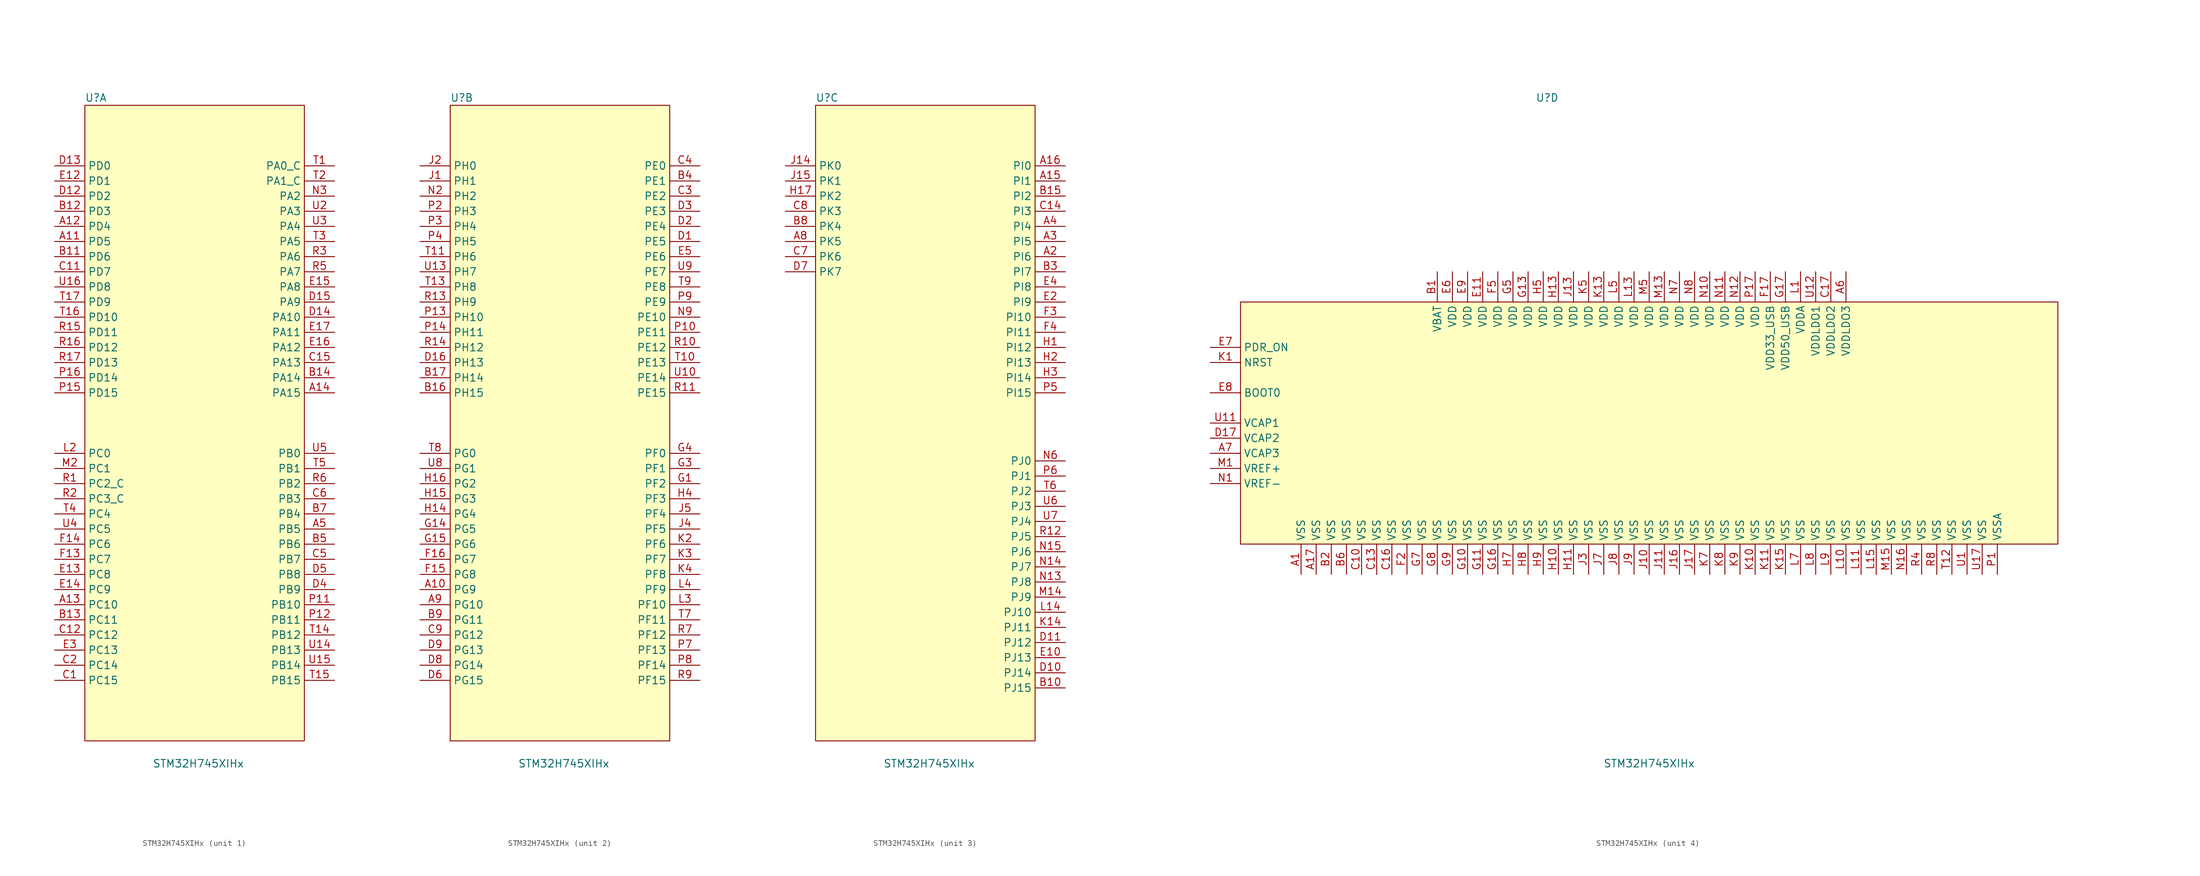
<source format=kicad_sym>
(kicad_symbol_lib
  (version 20201005)
  (generator kicad_symbol_editor)
  (symbol "MCU_ST_STM32H7_U:STM32H745XIHx"
    (property "Reference" "U"
      (at -19.05 54.61 0)
      (effects (font (size 1.27 1.27)) (justify left)))
    (property "Value" "STM32H745XIHx"
      (at 0 -57.15 0)
      (effects (font (size 1.27 1.27))))
    (property "ki_locked" ""
      (at 0 0 0)
      (effects (font (size 1.27 1.27))))
    (symbol "STM32H745XIHx_1_1"
      (rectangle (start -19.05 53.34) (end 17.78 -53.34) (stroke (width 0)) (fill (type background)))
      (pin bidirectional line (at 22.86 43.18 180) (length 5.08) (name "PA0_C" (effects (font (size 1.27 1.27)))) (number "T1" (effects (font (size 1.27 1.27)))))
      (pin bidirectional line (at 22.86 17.78 180) (length 5.08) (name "PA10" (effects (font (size 1.27 1.27)))) (number "D14" (effects (font (size 1.27 1.27)))))
      (pin bidirectional line (at 22.86 15.24 180) (length 5.08) (name "PA11" (effects (font (size 1.27 1.27)))) (number "E17" (effects (font (size 1.27 1.27)))))
      (pin bidirectional line (at 22.86 12.7 180) (length 5.08) (name "PA12" (effects (font (size 1.27 1.27)))) (number "E16" (effects (font (size 1.27 1.27)))))
      (pin bidirectional line (at 22.86 10.16 180) (length 5.08) (name "PA13" (effects (font (size 1.27 1.27)))) (number "C15" (effects (font (size 1.27 1.27)))))
      (pin bidirectional line (at 22.86 7.62 180) (length 5.08) (name "PA14" (effects (font (size 1.27 1.27)))) (number "B14" (effects (font (size 1.27 1.27)))))
      (pin bidirectional line (at 22.86 5.08 180) (length 5.08) (name "PA15" (effects (font (size 1.27 1.27)))) (number "A14" (effects (font (size 1.27 1.27)))))
      (pin bidirectional line (at 22.86 40.64 180) (length 5.08) (name "PA1_C" (effects (font (size 1.27 1.27)))) (number "T2" (effects (font (size 1.27 1.27)))))
      (pin bidirectional line (at 22.86 38.1 180) (length 5.08) (name "PA2" (effects (font (size 1.27 1.27)))) (number "N3" (effects (font (size 1.27 1.27)))))
      (pin bidirectional line (at 22.86 35.56 180) (length 5.08) (name "PA3" (effects (font (size 1.27 1.27)))) (number "U2" (effects (font (size 1.27 1.27)))))
      (pin bidirectional line (at 22.86 33.02 180) (length 5.08) (name "PA4" (effects (font (size 1.27 1.27)))) (number "U3" (effects (font (size 1.27 1.27)))))
      (pin bidirectional line (at 22.86 30.48 180) (length 5.08) (name "PA5" (effects (font (size 1.27 1.27)))) (number "T3" (effects (font (size 1.27 1.27)))))
      (pin bidirectional line (at 22.86 27.94 180) (length 5.08) (name "PA6" (effects (font (size 1.27 1.27)))) (number "R3" (effects (font (size 1.27 1.27)))))
      (pin bidirectional line (at 22.86 25.4 180) (length 5.08) (name "PA7" (effects (font (size 1.27 1.27)))) (number "R5" (effects (font (size 1.27 1.27)))))
      (pin bidirectional line (at 22.86 22.86 180) (length 5.08) (name "PA8" (effects (font (size 1.27 1.27)))) (number "E15" (effects (font (size 1.27 1.27)))))
      (pin bidirectional line (at 22.86 20.32 180) (length 5.08) (name "PA9" (effects (font (size 1.27 1.27)))) (number "D15" (effects (font (size 1.27 1.27)))))
      (pin bidirectional line (at 22.86 -5.08 180) (length 5.08) (name "PB0" (effects (font (size 1.27 1.27)))) (number "U5" (effects (font (size 1.27 1.27)))))
      (pin bidirectional line (at 22.86 -7.62 180) (length 5.08) (name "PB1" (effects (font (size 1.27 1.27)))) (number "T5" (effects (font (size 1.27 1.27)))))
      (pin bidirectional line (at 22.86 -30.48 180) (length 5.08) (name "PB10" (effects (font (size 1.27 1.27)))) (number "P11" (effects (font (size 1.27 1.27)))))
      (pin bidirectional line (at 22.86 -33.02 180) (length 5.08) (name "PB11" (effects (font (size 1.27 1.27)))) (number "P12" (effects (font (size 1.27 1.27)))))
      (pin bidirectional line (at 22.86 -35.56 180) (length 5.08) (name "PB12" (effects (font (size 1.27 1.27)))) (number "T14" (effects (font (size 1.27 1.27)))))
      (pin bidirectional line (at 22.86 -38.1 180) (length 5.08) (name "PB13" (effects (font (size 1.27 1.27)))) (number "U14" (effects (font (size 1.27 1.27)))))
      (pin bidirectional line (at 22.86 -40.64 180) (length 5.08) (name "PB14" (effects (font (size 1.27 1.27)))) (number "U15" (effects (font (size 1.27 1.27)))))
      (pin bidirectional line (at 22.86 -43.18 180) (length 5.08) (name "PB15" (effects (font (size 1.27 1.27)))) (number "T15" (effects (font (size 1.27 1.27)))))
      (pin bidirectional line (at 22.86 -10.16 180) (length 5.08) (name "PB2" (effects (font (size 1.27 1.27)))) (number "R6" (effects (font (size 1.27 1.27)))))
      (pin bidirectional line (at 22.86 -12.7 180) (length 5.08) (name "PB3" (effects (font (size 1.27 1.27)))) (number "C6" (effects (font (size 1.27 1.27)))))
      (pin bidirectional line (at 22.86 -15.24 180) (length 5.08) (name "PB4" (effects (font (size 1.27 1.27)))) (number "B7" (effects (font (size 1.27 1.27)))))
      (pin bidirectional line (at 22.86 -17.78 180) (length 5.08) (name "PB5" (effects (font (size 1.27 1.27)))) (number "A5" (effects (font (size 1.27 1.27)))))
      (pin bidirectional line (at 22.86 -20.32 180) (length 5.08) (name "PB6" (effects (font (size 1.27 1.27)))) (number "B5" (effects (font (size 1.27 1.27)))))
      (pin bidirectional line (at 22.86 -22.86 180) (length 5.08) (name "PB7" (effects (font (size 1.27 1.27)))) (number "C5" (effects (font (size 1.27 1.27)))))
      (pin bidirectional line (at 22.86 -25.4 180) (length 5.08) (name "PB8" (effects (font (size 1.27 1.27)))) (number "D5" (effects (font (size 1.27 1.27)))))
      (pin bidirectional line (at 22.86 -27.94 180) (length 5.08) (name "PB9" (effects (font (size 1.27 1.27)))) (number "D4" (effects (font (size 1.27 1.27)))))
      (pin bidirectional line (at -24.13 -5.08 0) (length 5.08) (name "PC0" (effects (font (size 1.27 1.27)))) (number "L2" (effects (font (size 1.27 1.27)))))
      (pin bidirectional line (at -24.13 -7.62 0) (length 5.08) (name "PC1" (effects (font (size 1.27 1.27)))) (number "M2" (effects (font (size 1.27 1.27)))))
      (pin bidirectional line (at -24.13 -30.48 0) (length 5.08) (name "PC10" (effects (font (size 1.27 1.27)))) (number "A13" (effects (font (size 1.27 1.27)))))
      (pin bidirectional line (at -24.13 -33.02 0) (length 5.08) (name "PC11" (effects (font (size 1.27 1.27)))) (number "B13" (effects (font (size 1.27 1.27)))))
      (pin bidirectional line (at -24.13 -35.56 0) (length 5.08) (name "PC12" (effects (font (size 1.27 1.27)))) (number "C12" (effects (font (size 1.27 1.27)))))
      (pin bidirectional line (at -24.13 -38.1 0) (length 5.08) (name "PC13" (effects (font (size 1.27 1.27)))) (number "E3" (effects (font (size 1.27 1.27)))))
      (pin bidirectional line (at -24.13 -40.64 0) (length 5.08) (name "PC14" (effects (font (size 1.27 1.27)))) (number "C2" (effects (font (size 1.27 1.27)))))
      (pin bidirectional line (at -24.13 -43.18 0) (length 5.08) (name "PC15" (effects (font (size 1.27 1.27)))) (number "C1" (effects (font (size 1.27 1.27)))))
      (pin bidirectional line (at -24.13 -10.16 0) (length 5.08) (name "PC2_C" (effects (font (size 1.27 1.27)))) (number "R1" (effects (font (size 1.27 1.27)))))
      (pin bidirectional line (at -24.13 -12.7 0) (length 5.08) (name "PC3_C" (effects (font (size 1.27 1.27)))) (number "R2" (effects (font (size 1.27 1.27)))))
      (pin bidirectional line (at -24.13 -15.24 0) (length 5.08) (name "PC4" (effects (font (size 1.27 1.27)))) (number "T4" (effects (font (size 1.27 1.27)))))
      (pin bidirectional line (at -24.13 -17.78 0) (length 5.08) (name "PC5" (effects (font (size 1.27 1.27)))) (number "U4" (effects (font (size 1.27 1.27)))))
      (pin bidirectional line (at -24.13 -20.32 0) (length 5.08) (name "PC6" (effects (font (size 1.27 1.27)))) (number "F14" (effects (font (size 1.27 1.27)))))
      (pin bidirectional line (at -24.13 -22.86 0) (length 5.08) (name "PC7" (effects (font (size 1.27 1.27)))) (number "F13" (effects (font (size 1.27 1.27)))))
      (pin bidirectional line (at -24.13 -25.4 0) (length 5.08) (name "PC8" (effects (font (size 1.27 1.27)))) (number "E13" (effects (font (size 1.27 1.27)))))
      (pin bidirectional line (at -24.13 -27.94 0) (length 5.08) (name "PC9" (effects (font (size 1.27 1.27)))) (number "E14" (effects (font (size 1.27 1.27)))))
      (pin bidirectional line (at -24.13 43.18 0) (length 5.08) (name "PD0" (effects (font (size 1.27 1.27)))) (number "D13" (effects (font (size 1.27 1.27)))))
      (pin bidirectional line (at -24.13 40.64 0) (length 5.08) (name "PD1" (effects (font (size 1.27 1.27)))) (number "E12" (effects (font (size 1.27 1.27)))))
      (pin bidirectional line (at -24.13 17.78 0) (length 5.08) (name "PD10" (effects (font (size 1.27 1.27)))) (number "T16" (effects (font (size 1.27 1.27)))))
      (pin bidirectional line (at -24.13 15.24 0) (length 5.08) (name "PD11" (effects (font (size 1.27 1.27)))) (number "R15" (effects (font (size 1.27 1.27)))))
      (pin bidirectional line (at -24.13 12.7 0) (length 5.08) (name "PD12" (effects (font (size 1.27 1.27)))) (number "R16" (effects (font (size 1.27 1.27)))))
      (pin bidirectional line (at -24.13 10.16 0) (length 5.08) (name "PD13" (effects (font (size 1.27 1.27)))) (number "R17" (effects (font (size 1.27 1.27)))))
      (pin bidirectional line (at -24.13 7.62 0) (length 5.08) (name "PD14" (effects (font (size 1.27 1.27)))) (number "P16" (effects (font (size 1.27 1.27)))))
      (pin bidirectional line (at -24.13 5.08 0) (length 5.08) (name "PD15" (effects (font (size 1.27 1.27)))) (number "P15" (effects (font (size 1.27 1.27)))))
      (pin bidirectional line (at -24.13 38.1 0) (length 5.08) (name "PD2" (effects (font (size 1.27 1.27)))) (number "D12" (effects (font (size 1.27 1.27)))))
      (pin bidirectional line (at -24.13 35.56 0) (length 5.08) (name "PD3" (effects (font (size 1.27 1.27)))) (number "B12" (effects (font (size 1.27 1.27)))))
      (pin bidirectional line (at -24.13 33.02 0) (length 5.08) (name "PD4" (effects (font (size 1.27 1.27)))) (number "A12" (effects (font (size 1.27 1.27)))))
      (pin bidirectional line (at -24.13 30.48 0) (length 5.08) (name "PD5" (effects (font (size 1.27 1.27)))) (number "A11" (effects (font (size 1.27 1.27)))))
      (pin bidirectional line (at -24.13 27.94 0) (length 5.08) (name "PD6" (effects (font (size 1.27 1.27)))) (number "B11" (effects (font (size 1.27 1.27)))))
      (pin bidirectional line (at -24.13 25.4 0) (length 5.08) (name "PD7" (effects (font (size 1.27 1.27)))) (number "C11" (effects (font (size 1.27 1.27)))))
      (pin bidirectional line (at -24.13 22.86 0) (length 5.08) (name "PD8" (effects (font (size 1.27 1.27)))) (number "U16" (effects (font (size 1.27 1.27)))))
      (pin bidirectional line (at -24.13 20.32 0) (length 5.08) (name "PD9" (effects (font (size 1.27 1.27)))) (number "T17" (effects (font (size 1.27 1.27))))))
    (symbol "STM32H745XIHx_2_1"
      (rectangle (start -19.05 53.34) (end 17.78 -53.34) (stroke (width 0)) (fill (type background)))
      (pin bidirectional line (at 22.86 40.64 180) (length 5.08) (name "PE1" (effects (font (size 1.27 1.27)))) (number "B4" (effects (font (size 1.27 1.27)))))
      (pin bidirectional line (at 22.86 17.78 180) (length 5.08) (name "PE10" (effects (font (size 1.27 1.27)))) (number "N9" (effects (font (size 1.27 1.27)))))
      (pin bidirectional line (at 22.86 15.24 180) (length 5.08) (name "PE11" (effects (font (size 1.27 1.27)))) (number "P10" (effects (font (size 1.27 1.27)))))
      (pin bidirectional line (at 22.86 12.7 180) (length 5.08) (name "PE12" (effects (font (size 1.27 1.27)))) (number "R10" (effects (font (size 1.27 1.27)))))
      (pin bidirectional line (at 22.86 10.16 180) (length 5.08) (name "PE13" (effects (font (size 1.27 1.27)))) (number "T10" (effects (font (size 1.27 1.27)))))
      (pin bidirectional line (at 22.86 7.62 180) (length 5.08) (name "PE14" (effects (font (size 1.27 1.27)))) (number "U10" (effects (font (size 1.27 1.27)))))
      (pin bidirectional line (at 22.86 5.08 180) (length 5.08) (name "PE15" (effects (font (size 1.27 1.27)))) (number "R11" (effects (font (size 1.27 1.27)))))
      (pin bidirectional line (at 22.86 38.1 180) (length 5.08) (name "PE2" (effects (font (size 1.27 1.27)))) (number "C3" (effects (font (size 1.27 1.27)))))
      (pin bidirectional line (at 22.86 35.56 180) (length 5.08) (name "PE3" (effects (font (size 1.27 1.27)))) (number "D3" (effects (font (size 1.27 1.27)))))
      (pin bidirectional line (at 22.86 33.02 180) (length 5.08) (name "PE4" (effects (font (size 1.27 1.27)))) (number "D2" (effects (font (size 1.27 1.27)))))
      (pin bidirectional line (at 22.86 30.48 180) (length 5.08) (name "PE5" (effects (font (size 1.27 1.27)))) (number "D1" (effects (font (size 1.27 1.27)))))
      (pin bidirectional line (at 22.86 27.94 180) (length 5.08) (name "PE6" (effects (font (size 1.27 1.27)))) (number "E5" (effects (font (size 1.27 1.27)))))
      (pin bidirectional line (at 22.86 25.4 180) (length 5.08) (name "PE7" (effects (font (size 1.27 1.27)))) (number "U9" (effects (font (size 1.27 1.27)))))
      (pin bidirectional line (at 22.86 22.86 180) (length 5.08) (name "PE8" (effects (font (size 1.27 1.27)))) (number "T9" (effects (font (size 1.27 1.27)))))
      (pin bidirectional line (at 22.86 20.32 180) (length 5.08) (name "PE9" (effects (font (size 1.27 1.27)))) (number "P9" (effects (font (size 1.27 1.27)))))
      (pin bidirectional line (at 22.86 -5.08 180) (length 5.08) (name "PF0" (effects (font (size 1.27 1.27)))) (number "G4" (effects (font (size 1.27 1.27)))))
      (pin bidirectional line (at 22.86 -7.62 180) (length 5.08) (name "PF1" (effects (font (size 1.27 1.27)))) (number "G3" (effects (font (size 1.27 1.27)))))
      (pin bidirectional line (at 22.86 -30.48 180) (length 5.08) (name "PF10" (effects (font (size 1.27 1.27)))) (number "L3" (effects (font (size 1.27 1.27)))))
      (pin bidirectional line (at 22.86 -33.02 180) (length 5.08) (name "PF11" (effects (font (size 1.27 1.27)))) (number "T7" (effects (font (size 1.27 1.27)))))
      (pin bidirectional line (at 22.86 -35.56 180) (length 5.08) (name "PF12" (effects (font (size 1.27 1.27)))) (number "R7" (effects (font (size 1.27 1.27)))))
      (pin bidirectional line (at 22.86 -38.1 180) (length 5.08) (name "PF13" (effects (font (size 1.27 1.27)))) (number "P7" (effects (font (size 1.27 1.27)))))
      (pin bidirectional line (at 22.86 -40.64 180) (length 5.08) (name "PF14" (effects (font (size 1.27 1.27)))) (number "P8" (effects (font (size 1.27 1.27)))))
      (pin bidirectional line (at 22.86 -43.18 180) (length 5.08) (name "PF15" (effects (font (size 1.27 1.27)))) (number "R9" (effects (font (size 1.27 1.27)))))
      (pin bidirectional line (at 22.86 -10.16 180) (length 5.08) (name "PF2" (effects (font (size 1.27 1.27)))) (number "G1" (effects (font (size 1.27 1.27)))))
      (pin bidirectional line (at 22.86 -12.7 180) (length 5.08) (name "PF3" (effects (font (size 1.27 1.27)))) (number "H4" (effects (font (size 1.27 1.27)))))
      (pin bidirectional line (at 22.86 -15.24 180) (length 5.08) (name "PF4" (effects (font (size 1.27 1.27)))) (number "J5" (effects (font (size 1.27 1.27)))))
      (pin bidirectional line (at 22.86 -17.78 180) (length 5.08) (name "PF5" (effects (font (size 1.27 1.27)))) (number "J4" (effects (font (size 1.27 1.27)))))
      (pin bidirectional line (at 22.86 -20.32 180) (length 5.08) (name "PF6" (effects (font (size 1.27 1.27)))) (number "K2" (effects (font (size 1.27 1.27)))))
      (pin bidirectional line (at 22.86 -22.86 180) (length 5.08) (name "PF7" (effects (font (size 1.27 1.27)))) (number "K3" (effects (font (size 1.27 1.27)))))
      (pin bidirectional line (at 22.86 -25.4 180) (length 5.08) (name "PF8" (effects (font (size 1.27 1.27)))) (number "K4" (effects (font (size 1.27 1.27)))))
      (pin bidirectional line (at 22.86 -27.94 180) (length 5.08) (name "PF9" (effects (font (size 1.27 1.27)))) (number "L4" (effects (font (size 1.27 1.27)))))
      (pin bidirectional line (at -24.13 -5.08 0) (length 5.08) (name "PG0" (effects (font (size 1.27 1.27)))) (number "T8" (effects (font (size 1.27 1.27)))))
      (pin bidirectional line (at -24.13 -7.62 0) (length 5.08) (name "PG1" (effects (font (size 1.27 1.27)))) (number "U8" (effects (font (size 1.27 1.27)))))
      (pin bidirectional line (at -24.13 -30.48 0) (length 5.08) (name "PG10" (effects (font (size 1.27 1.27)))) (number "A9" (effects (font (size 1.27 1.27)))))
      (pin bidirectional line (at -24.13 -33.02 0) (length 5.08) (name "PG11" (effects (font (size 1.27 1.27)))) (number "B9" (effects (font (size 1.27 1.27)))))
      (pin bidirectional line (at -24.13 -35.56 0) (length 5.08) (name "PG12" (effects (font (size 1.27 1.27)))) (number "C9" (effects (font (size 1.27 1.27)))))
      (pin bidirectional line (at -24.13 -38.1 0) (length 5.08) (name "PG13" (effects (font (size 1.27 1.27)))) (number "D9" (effects (font (size 1.27 1.27)))))
      (pin bidirectional line (at -24.13 -40.64 0) (length 5.08) (name "PG14" (effects (font (size 1.27 1.27)))) (number "D8" (effects (font (size 1.27 1.27)))))
      (pin bidirectional line (at -24.13 -43.18 0) (length 5.08) (name "PG15" (effects (font (size 1.27 1.27)))) (number "D6" (effects (font (size 1.27 1.27)))))
      (pin bidirectional line (at -24.13 -10.16 0) (length 5.08) (name "PG2" (effects (font (size 1.27 1.27)))) (number "H16" (effects (font (size 1.27 1.27)))))
      (pin bidirectional line (at -24.13 -12.7 0) (length 5.08) (name "PG3" (effects (font (size 1.27 1.27)))) (number "H15" (effects (font (size 1.27 1.27)))))
      (pin bidirectional line (at -24.13 -15.24 0) (length 5.08) (name "PG4" (effects (font (size 1.27 1.27)))) (number "H14" (effects (font (size 1.27 1.27)))))
      (pin bidirectional line (at -24.13 -17.78 0) (length 5.08) (name "PG5" (effects (font (size 1.27 1.27)))) (number "G14" (effects (font (size 1.27 1.27)))))
      (pin bidirectional line (at -24.13 -20.32 0) (length 5.08) (name "PG6" (effects (font (size 1.27 1.27)))) (number "G15" (effects (font (size 1.27 1.27)))))
      (pin bidirectional line (at -24.13 -22.86 0) (length 5.08) (name "PG7" (effects (font (size 1.27 1.27)))) (number "F16" (effects (font (size 1.27 1.27)))))
      (pin bidirectional line (at -24.13 -25.4 0) (length 5.08) (name "PG8" (effects (font (size 1.27 1.27)))) (number "F15" (effects (font (size 1.27 1.27)))))
      (pin bidirectional line (at -24.13 -27.94 0) (length 5.08) (name "PG9" (effects (font (size 1.27 1.27)))) (number "A10" (effects (font (size 1.27 1.27)))))
      (pin input line (at -24.13 43.18 0) (length 5.08) (name "PH0" (effects (font (size 1.27 1.27)))) (number "J2" (effects (font (size 1.27 1.27)))))
      (pin input line (at -24.13 40.64 0) (length 5.08) (name "PH1" (effects (font (size 1.27 1.27)))) (number "J1" (effects (font (size 1.27 1.27)))))
      (pin bidirectional line (at -24.13 17.78 0) (length 5.08) (name "PH10" (effects (font (size 1.27 1.27)))) (number "P13" (effects (font (size 1.27 1.27)))))
      (pin bidirectional line (at -24.13 15.24 0) (length 5.08) (name "PH11" (effects (font (size 1.27 1.27)))) (number "P14" (effects (font (size 1.27 1.27)))))
      (pin bidirectional line (at -24.13 12.7 0) (length 5.08) (name "PH12" (effects (font (size 1.27 1.27)))) (number "R14" (effects (font (size 1.27 1.27)))))
      (pin bidirectional line (at -24.13 10.16 0) (length 5.08) (name "PH13" (effects (font (size 1.27 1.27)))) (number "D16" (effects (font (size 1.27 1.27)))))
      (pin bidirectional line (at -24.13 7.62 0) (length 5.08) (name "PH14" (effects (font (size 1.27 1.27)))) (number "B17" (effects (font (size 1.27 1.27)))))
      (pin bidirectional line (at -24.13 5.08 0) (length 5.08) (name "PH15" (effects (font (size 1.27 1.27)))) (number "B16" (effects (font (size 1.27 1.27)))))
      (pin bidirectional line (at -24.13 38.1 0) (length 5.08) (name "PH2" (effects (font (size 1.27 1.27)))) (number "N2" (effects (font (size 1.27 1.27)))))
      (pin bidirectional line (at -24.13 35.56 0) (length 5.08) (name "PH3" (effects (font (size 1.27 1.27)))) (number "P2" (effects (font (size 1.27 1.27)))))
      (pin bidirectional line (at -24.13 33.02 0) (length 5.08) (name "PH4" (effects (font (size 1.27 1.27)))) (number "P3" (effects (font (size 1.27 1.27)))))
      (pin bidirectional line (at -24.13 30.48 0) (length 5.08) (name "PH5" (effects (font (size 1.27 1.27)))) (number "P4" (effects (font (size 1.27 1.27)))))
      (pin bidirectional line (at -24.13 27.94 0) (length 5.08) (name "PH6" (effects (font (size 1.27 1.27)))) (number "T11" (effects (font (size 1.27 1.27)))))
      (pin bidirectional line (at -24.13 25.4 0) (length 5.08) (name "PH7" (effects (font (size 1.27 1.27)))) (number "U13" (effects (font (size 1.27 1.27)))))
      (pin bidirectional line (at -24.13 22.86 0) (length 5.08) (name "PH8" (effects (font (size 1.27 1.27)))) (number "T13" (effects (font (size 1.27 1.27)))))
      (pin bidirectional line (at -24.13 20.32 0) (length 5.08) (name "PH9" (effects (font (size 1.27 1.27)))) (number "R13" (effects (font (size 1.27 1.27)))))
      (pin bidirectional line (at 22.86 43.18 180) (length 5.08) (name "PE0" (effects (font (size 1.27 1.27)))) (number "C4" (effects (font (size 1.27 1.27))))))
    (symbol "STM32H745XIHx_3_1"
      (rectangle (start -19.05 53.34) (end 17.78 -53.34) (stroke (width 0)) (fill (type background)))
      (pin bidirectional line (at 22.86 43.18 180) (length 5.08) (name "PI0" (effects (font (size 1.27 1.27)))) (number "A16" (effects (font (size 1.27 1.27)))))
      (pin bidirectional line (at 22.86 40.64 180) (length 5.08) (name "PI1" (effects (font (size 1.27 1.27)))) (number "A15" (effects (font (size 1.27 1.27)))))
      (pin bidirectional line (at 22.86 17.78 180) (length 5.08) (name "PI10" (effects (font (size 1.27 1.27)))) (number "F3" (effects (font (size 1.27 1.27)))))
      (pin bidirectional line (at 22.86 15.24 180) (length 5.08) (name "PI11" (effects (font (size 1.27 1.27)))) (number "F4" (effects (font (size 1.27 1.27)))))
      (pin bidirectional line (at 22.86 12.7 180) (length 5.08) (name "PI12" (effects (font (size 1.27 1.27)))) (number "H1" (effects (font (size 1.27 1.27)))))
      (pin bidirectional line (at 22.86 10.16 180) (length 5.08) (name "PI13" (effects (font (size 1.27 1.27)))) (number "H2" (effects (font (size 1.27 1.27)))))
      (pin bidirectional line (at 22.86 7.62 180) (length 5.08) (name "PI14" (effects (font (size 1.27 1.27)))) (number "H3" (effects (font (size 1.27 1.27)))))
      (pin bidirectional line (at 22.86 5.08 180) (length 5.08) (name "PI15" (effects (font (size 1.27 1.27)))) (number "P5" (effects (font (size 1.27 1.27)))))
      (pin bidirectional line (at 22.86 38.1 180) (length 5.08) (name "PI2" (effects (font (size 1.27 1.27)))) (number "B15" (effects (font (size 1.27 1.27)))))
      (pin bidirectional line (at 22.86 35.56 180) (length 5.08) (name "PI3" (effects (font (size 1.27 1.27)))) (number "C14" (effects (font (size 1.27 1.27)))))
      (pin bidirectional line (at 22.86 33.02 180) (length 5.08) (name "PI4" (effects (font (size 1.27 1.27)))) (number "A4" (effects (font (size 1.27 1.27)))))
      (pin bidirectional line (at 22.86 30.48 180) (length 5.08) (name "PI5" (effects (font (size 1.27 1.27)))) (number "A3" (effects (font (size 1.27 1.27)))))
      (pin bidirectional line (at 22.86 27.94 180) (length 5.08) (name "PI6" (effects (font (size 1.27 1.27)))) (number "A2" (effects (font (size 1.27 1.27)))))
      (pin bidirectional line (at 22.86 25.4 180) (length 5.08) (name "PI7" (effects (font (size 1.27 1.27)))) (number "B3" (effects (font (size 1.27 1.27)))))
      (pin bidirectional line (at 22.86 22.86 180) (length 5.08) (name "PI8" (effects (font (size 1.27 1.27)))) (number "E4" (effects (font (size 1.27 1.27)))))
      (pin bidirectional line (at 22.86 20.32 180) (length 5.08) (name "PI9" (effects (font (size 1.27 1.27)))) (number "E2" (effects (font (size 1.27 1.27)))))
      (pin bidirectional line (at 22.86 -6.35 180) (length 5.08) (name "PJ0" (effects (font (size 1.27 1.27)))) (number "N6" (effects (font (size 1.27 1.27)))))
      (pin bidirectional line (at 22.86 -8.89 180) (length 5.08) (name "PJ1" (effects (font (size 1.27 1.27)))) (number "P6" (effects (font (size 1.27 1.27)))))
      (pin bidirectional line (at 22.86 -31.75 180) (length 5.08) (name "PJ10" (effects (font (size 1.27 1.27)))) (number "L14" (effects (font (size 1.27 1.27)))))
      (pin bidirectional line (at 22.86 -34.29 180) (length 5.08) (name "PJ11" (effects (font (size 1.27 1.27)))) (number "K14" (effects (font (size 1.27 1.27)))))
      (pin bidirectional line (at 22.86 -36.83 180) (length 5.08) (name "PJ12" (effects (font (size 1.27 1.27)))) (number "D11" (effects (font (size 1.27 1.27)))))
      (pin bidirectional line (at 22.86 -39.37 180) (length 5.08) (name "PJ13" (effects (font (size 1.27 1.27)))) (number "E10" (effects (font (size 1.27 1.27)))))
      (pin bidirectional line (at 22.86 -41.91 180) (length 5.08) (name "PJ14" (effects (font (size 1.27 1.27)))) (number "D10" (effects (font (size 1.27 1.27)))))
      (pin bidirectional line (at 22.86 -44.45 180) (length 5.08) (name "PJ15" (effects (font (size 1.27 1.27)))) (number "B10" (effects (font (size 1.27 1.27)))))
      (pin bidirectional line (at 22.86 -11.43 180) (length 5.08) (name "PJ2" (effects (font (size 1.27 1.27)))) (number "T6" (effects (font (size 1.27 1.27)))))
      (pin bidirectional line (at 22.86 -13.97 180) (length 5.08) (name "PJ3" (effects (font (size 1.27 1.27)))) (number "U6" (effects (font (size 1.27 1.27)))))
      (pin bidirectional line (at 22.86 -16.51 180) (length 5.08) (name "PJ4" (effects (font (size 1.27 1.27)))) (number "U7" (effects (font (size 1.27 1.27)))))
      (pin bidirectional line (at 22.86 -19.05 180) (length 5.08) (name "PJ5" (effects (font (size 1.27 1.27)))) (number "R12" (effects (font (size 1.27 1.27)))))
      (pin bidirectional line (at 22.86 -21.59 180) (length 5.08) (name "PJ6" (effects (font (size 1.27 1.27)))) (number "N15" (effects (font (size 1.27 1.27)))))
      (pin bidirectional line (at 22.86 -24.13 180) (length 5.08) (name "PJ7" (effects (font (size 1.27 1.27)))) (number "N14" (effects (font (size 1.27 1.27)))))
      (pin bidirectional line (at 22.86 -26.67 180) (length 5.08) (name "PJ8" (effects (font (size 1.27 1.27)))) (number "N13" (effects (font (size 1.27 1.27)))))
      (pin bidirectional line (at 22.86 -29.21 180) (length 5.08) (name "PJ9" (effects (font (size 1.27 1.27)))) (number "M14" (effects (font (size 1.27 1.27)))))
      (pin bidirectional line (at -24.13 43.18 0) (length 5.08) (name "PK0" (effects (font (size 1.27 1.27)))) (number "J14" (effects (font (size 1.27 1.27)))))
      (pin bidirectional line (at -24.13 40.64 0) (length 5.08) (name "PK1" (effects (font (size 1.27 1.27)))) (number "J15" (effects (font (size 1.27 1.27)))))
      (pin bidirectional line (at -24.13 38.1 0) (length 5.08) (name "PK2" (effects (font (size 1.27 1.27)))) (number "H17" (effects (font (size 1.27 1.27)))))
      (pin bidirectional line (at -24.13 35.56 0) (length 5.08) (name "PK3" (effects (font (size 1.27 1.27)))) (number "C8" (effects (font (size 1.27 1.27)))))
      (pin bidirectional line (at -24.13 33.02 0) (length 5.08) (name "PK4" (effects (font (size 1.27 1.27)))) (number "B8" (effects (font (size 1.27 1.27)))))
      (pin bidirectional line (at -24.13 30.48 0) (length 5.08) (name "PK5" (effects (font (size 1.27 1.27)))) (number "A8" (effects (font (size 1.27 1.27)))))
      (pin bidirectional line (at -24.13 27.94 0) (length 5.08) (name "PK6" (effects (font (size 1.27 1.27)))) (number "C7" (effects (font (size 1.27 1.27)))))
      (pin bidirectional line (at -24.13 25.4 0) (length 5.08) (name "PK7" (effects (font (size 1.27 1.27)))) (number "D7" (effects (font (size 1.27 1.27))))))
    (symbol "STM32H745XIHx_4_1"
      (rectangle (start -68.58 20.32) (end 68.58 -20.32) (stroke (width 0)) (fill (type background)))
      (pin input line (at -73.66 5.08 0) (length 5.08) (name "BOOT0" (effects (font (size 1.27 1.27)))) (number "E8" (effects (font (size 1.27 1.27)))))
      (pin unconnected line (at 73.66 11.43 180) (length 5.08) hide (name "NC" (effects (font (size 1.27 1.27)))) (number "E1" (effects (font (size 1.27 1.27)))))
      (pin unconnected line (at 73.66 8.89 180) (length 5.08) hide (name "NC" (effects (font (size 1.27 1.27)))) (number "F1" (effects (font (size 1.27 1.27)))))
      (pin unconnected line (at 73.66 6.35 180) (length 5.08) hide (name "NC" (effects (font (size 1.27 1.27)))) (number "G2" (effects (font (size 1.27 1.27)))))
      (pin unconnected line (at 73.66 3.81 180) (length 5.08) hide (name "NC" (effects (font (size 1.27 1.27)))) (number "K16" (effects (font (size 1.27 1.27)))))
      (pin unconnected line (at 73.66 1.27 180) (length 5.08) hide (name "NC" (effects (font (size 1.27 1.27)))) (number "K17" (effects (font (size 1.27 1.27)))))
      (pin unconnected line (at 73.66 -1.27 180) (length 5.08) hide (name "NC" (effects (font (size 1.27 1.27)))) (number "L16" (effects (font (size 1.27 1.27)))))
      (pin unconnected line (at 73.66 -3.81 180) (length 5.08) hide (name "NC" (effects (font (size 1.27 1.27)))) (number "L17" (effects (font (size 1.27 1.27)))))
      (pin unconnected line (at 73.66 -6.35 180) (length 5.08) hide (name "NC" (effects (font (size 1.27 1.27)))) (number "M16" (effects (font (size 1.27 1.27)))))
      (pin unconnected line (at 73.66 -8.89 180) (length 5.08) hide (name "NC" (effects (font (size 1.27 1.27)))) (number "M17" (effects (font (size 1.27 1.27)))))
      (pin unconnected line (at 73.66 -11.43 180) (length 5.08) hide (name "NC" (effects (font (size 1.27 1.27)))) (number "N17" (effects (font (size 1.27 1.27)))))
      (pin input line (at -73.66 10.16 0) (length 5.08) (name "NRST" (effects (font (size 1.27 1.27)))) (number "K1" (effects (font (size 1.27 1.27)))))
      (pin input line (at -73.66 12.7 0) (length 5.08) (name "PDR_ON" (effects (font (size 1.27 1.27)))) (number "E7" (effects (font (size 1.27 1.27)))))
      (pin power_in line (at -35.56 25.4 270) (length 5.08) (name "VBAT" (effects (font (size 1.27 1.27)))) (number "B1" (effects (font (size 1.27 1.27)))))
      (pin power_in line (at -73.66 0 0) (length 5.08) (name "VCAP1" (effects (font (size 1.27 1.27)))) (number "U11" (effects (font (size 1.27 1.27)))))
      (pin power_in line (at -73.66 -2.54 0) (length 5.08) (name "VCAP2" (effects (font (size 1.27 1.27)))) (number "D17" (effects (font (size 1.27 1.27)))))
      (pin power_in line (at -73.66 -5.08 0) (length 5.08) (name "VCAP3" (effects (font (size 1.27 1.27)))) (number "A7" (effects (font (size 1.27 1.27)))))
      (pin power_in line (at -27.94 25.4 270) (length 5.08) (name "VDD" (effects (font (size 1.27 1.27)))) (number "E11" (effects (font (size 1.27 1.27)))))
      (pin power_in line (at -33.02 25.4 270) (length 5.08) (name "VDD" (effects (font (size 1.27 1.27)))) (number "E6" (effects (font (size 1.27 1.27)))))
      (pin power_in line (at -30.48 25.4 270) (length 5.08) (name "VDD" (effects (font (size 1.27 1.27)))) (number "E9" (effects (font (size 1.27 1.27)))))
      (pin power_in line (at -25.4 25.4 270) (length 5.08) (name "VDD" (effects (font (size 1.27 1.27)))) (number "F5" (effects (font (size 1.27 1.27)))))
      (pin power_in line (at -20.32 25.4 270) (length 5.08) (name "VDD" (effects (font (size 1.27 1.27)))) (number "G13" (effects (font (size 1.27 1.27)))))
      (pin power_in line (at -22.86 25.4 270) (length 5.08) (name "VDD" (effects (font (size 1.27 1.27)))) (number "G5" (effects (font (size 1.27 1.27)))))
      (pin power_in line (at -15.24 25.4 270) (length 5.08) (name "VDD" (effects (font (size 1.27 1.27)))) (number "H13" (effects (font (size 1.27 1.27)))))
      (pin power_in line (at -17.78 25.4 270) (length 5.08) (name "VDD" (effects (font (size 1.27 1.27)))) (number "H5" (effects (font (size 1.27 1.27)))))
      (pin power_in line (at -12.7 25.4 270) (length 5.08) (name "VDD" (effects (font (size 1.27 1.27)))) (number "J13" (effects (font (size 1.27 1.27)))))
      (pin power_in line (at -7.62 25.4 270) (length 5.08) (name "VDD" (effects (font (size 1.27 1.27)))) (number "K13" (effects (font (size 1.27 1.27)))))
      (pin power_in line (at -10.16 25.4 270) (length 5.08) (name "VDD" (effects (font (size 1.27 1.27)))) (number "K5" (effects (font (size 1.27 1.27)))))
      (pin power_in line (at -2.54 25.4 270) (length 5.08) (name "VDD" (effects (font (size 1.27 1.27)))) (number "L13" (effects (font (size 1.27 1.27)))))
      (pin power_in line (at -5.08 25.4 270) (length 5.08) (name "VDD" (effects (font (size 1.27 1.27)))) (number "L5" (effects (font (size 1.27 1.27)))))
      (pin power_in line (at 2.54 25.4 270) (length 5.08) (name "VDD" (effects (font (size 1.27 1.27)))) (number "M13" (effects (font (size 1.27 1.27)))))
      (pin power_in line (at 0 25.4 270) (length 5.08) (name "VDD" (effects (font (size 1.27 1.27)))) (number "M5" (effects (font (size 1.27 1.27)))))
      (pin power_in line (at 10.16 25.4 270) (length 5.08) (name "VDD" (effects (font (size 1.27 1.27)))) (number "N10" (effects (font (size 1.27 1.27)))))
      (pin power_in line (at 12.7 25.4 270) (length 5.08) (name "VDD" (effects (font (size 1.27 1.27)))) (number "N11" (effects (font (size 1.27 1.27)))))
      (pin power_in line (at 15.24 25.4 270) (length 5.08) (name "VDD" (effects (font (size 1.27 1.27)))) (number "N12" (effects (font (size 1.27 1.27)))))
      (pin power_in line (at 5.08 25.4 270) (length 5.08) (name "VDD" (effects (font (size 1.27 1.27)))) (number "N7" (effects (font (size 1.27 1.27)))))
      (pin power_in line (at 7.62 25.4 270) (length 5.08) (name "VDD" (effects (font (size 1.27 1.27)))) (number "N8" (effects (font (size 1.27 1.27)))))
      (pin power_in line (at 17.78 25.4 270) (length 5.08) (name "VDD" (effects (font (size 1.27 1.27)))) (number "P17" (effects (font (size 1.27 1.27)))))
      (pin power_in line (at 20.32 25.4 270) (length 5.08) (name "VDD33_USB" (effects (font (size 1.27 1.27)))) (number "F17" (effects (font (size 1.27 1.27)))))
      (pin power_in line (at 22.86 25.4 270) (length 5.08) (name "VDD50_USB" (effects (font (size 1.27 1.27)))) (number "G17" (effects (font (size 1.27 1.27)))))
      (pin power_in line (at 25.4 25.4 270) (length 5.08) (name "VDDA" (effects (font (size 1.27 1.27)))) (number "L1" (effects (font (size 1.27 1.27)))))
      (pin power_in line (at 27.94 25.4 270) (length 5.08) (name "VDDLDO1" (effects (font (size 1.27 1.27)))) (number "U12" (effects (font (size 1.27 1.27)))))
      (pin power_in line (at 30.48 25.4 270) (length 5.08) (name "VDDLDO2" (effects (font (size 1.27 1.27)))) (number "C17" (effects (font (size 1.27 1.27)))))
      (pin power_in line (at 33.02 25.4 270) (length 5.08) (name "VDDLDO3" (effects (font (size 1.27 1.27)))) (number "A6" (effects (font (size 1.27 1.27)))))
      (pin bidirectional line (at -73.66 -7.62 0) (length 5.08) (name "VREF+" (effects (font (size 1.27 1.27)))) (number "M1" (effects (font (size 1.27 1.27)))))
      (pin power_in line (at -73.66 -10.16 0) (length 5.08) (name "VREF-" (effects (font (size 1.27 1.27)))) (number "N1" (effects (font (size 1.27 1.27)))))
      (pin power_in line (at -58.42 -25.4 90) (length 5.08) (name "VSS" (effects (font (size 1.27 1.27)))) (number "A1" (effects (font (size 1.27 1.27)))))
      (pin power_in line (at -55.88 -25.4 90) (length 5.08) (name "VSS" (effects (font (size 1.27 1.27)))) (number "A17" (effects (font (size 1.27 1.27)))))
      (pin power_in line (at -53.34 -25.4 90) (length 5.08) (name "VSS" (effects (font (size 1.27 1.27)))) (number "B2" (effects (font (size 1.27 1.27)))))
      (pin power_in line (at -50.8 -25.4 90) (length 5.08) (name "VSS" (effects (font (size 1.27 1.27)))) (number "B6" (effects (font (size 1.27 1.27)))))
      (pin power_in line (at -48.26 -25.4 90) (length 5.08) (name "VSS" (effects (font (size 1.27 1.27)))) (number "C10" (effects (font (size 1.27 1.27)))))
      (pin power_in line (at -45.72 -25.4 90) (length 5.08) (name "VSS" (effects (font (size 1.27 1.27)))) (number "C13" (effects (font (size 1.27 1.27)))))
      (pin power_in line (at -43.18 -25.4 90) (length 5.08) (name "VSS" (effects (font (size 1.27 1.27)))) (number "C16" (effects (font (size 1.27 1.27)))))
      (pin power_in line (at -40.64 -25.4 90) (length 5.08) (name "VSS" (effects (font (size 1.27 1.27)))) (number "F2" (effects (font (size 1.27 1.27)))))
      (pin power_in line (at -30.48 -25.4 90) (length 5.08) (name "VSS" (effects (font (size 1.27 1.27)))) (number "G10" (effects (font (size 1.27 1.27)))))
      (pin power_in line (at -27.94 -25.4 90) (length 5.08) (name "VSS" (effects (font (size 1.27 1.27)))) (number "G11" (effects (font (size 1.27 1.27)))))
      (pin power_in line (at -25.4 -25.4 90) (length 5.08) (name "VSS" (effects (font (size 1.27 1.27)))) (number "G16" (effects (font (size 1.27 1.27)))))
      (pin power_in line (at -38.1 -25.4 90) (length 5.08) (name "VSS" (effects (font (size 1.27 1.27)))) (number "G7" (effects (font (size 1.27 1.27)))))
      (pin power_in line (at -35.56 -25.4 90) (length 5.08) (name "VSS" (effects (font (size 1.27 1.27)))) (number "G8" (effects (font (size 1.27 1.27)))))
      (pin power_in line (at -33.02 -25.4 90) (length 5.08) (name "VSS" (effects (font (size 1.27 1.27)))) (number "G9" (effects (font (size 1.27 1.27)))))
      (pin power_in line (at -15.24 -25.4 90) (length 5.08) (name "VSS" (effects (font (size 1.27 1.27)))) (number "H10" (effects (font (size 1.27 1.27)))))
      (pin power_in line (at -12.7 -25.4 90) (length 5.08) (name "VSS" (effects (font (size 1.27 1.27)))) (number "H11" (effects (font (size 1.27 1.27)))))
      (pin power_in line (at -22.86 -25.4 90) (length 5.08) (name "VSS" (effects (font (size 1.27 1.27)))) (number "H7" (effects (font (size 1.27 1.27)))))
      (pin power_in line (at -20.32 -25.4 90) (length 5.08) (name "VSS" (effects (font (size 1.27 1.27)))) (number "H8" (effects (font (size 1.27 1.27)))))
      (pin power_in line (at -17.78 -25.4 90) (length 5.08) (name "VSS" (effects (font (size 1.27 1.27)))) (number "H9" (effects (font (size 1.27 1.27)))))
      (pin power_in line (at 0 -25.4 90) (length 5.08) (name "VSS" (effects (font (size 1.27 1.27)))) (number "J10" (effects (font (size 1.27 1.27)))))
      (pin power_in line (at 2.54 -25.4 90) (length 5.08) (name "VSS" (effects (font (size 1.27 1.27)))) (number "J11" (effects (font (size 1.27 1.27)))))
      (pin power_in line (at 5.08 -25.4 90) (length 5.08) (name "VSS" (effects (font (size 1.27 1.27)))) (number "J16" (effects (font (size 1.27 1.27)))))
      (pin power_in line (at 7.62 -25.4 90) (length 5.08) (name "VSS" (effects (font (size 1.27 1.27)))) (number "J17" (effects (font (size 1.27 1.27)))))
      (pin power_in line (at -10.16 -25.4 90) (length 5.08) (name "VSS" (effects (font (size 1.27 1.27)))) (number "J3" (effects (font (size 1.27 1.27)))))
      (pin power_in line (at -7.62 -25.4 90) (length 5.08) (name "VSS" (effects (font (size 1.27 1.27)))) (number "J7" (effects (font (size 1.27 1.27)))))
      (pin power_in line (at -5.08 -25.4 90) (length 5.08) (name "VSS" (effects (font (size 1.27 1.27)))) (number "J8" (effects (font (size 1.27 1.27)))))
      (pin power_in line (at -2.54 -25.4 90) (length 5.08) (name "VSS" (effects (font (size 1.27 1.27)))) (number "J9" (effects (font (size 1.27 1.27)))))
      (pin power_in line (at 17.78 -25.4 90) (length 5.08) (name "VSS" (effects (font (size 1.27 1.27)))) (number "K10" (effects (font (size 1.27 1.27)))))
      (pin power_in line (at 20.32 -25.4 90) (length 5.08) (name "VSS" (effects (font (size 1.27 1.27)))) (number "K11" (effects (font (size 1.27 1.27)))))
      (pin power_in line (at 22.86 -25.4 90) (length 5.08) (name "VSS" (effects (font (size 1.27 1.27)))) (number "K15" (effects (font (size 1.27 1.27)))))
      (pin power_in line (at 10.16 -25.4 90) (length 5.08) (name "VSS" (effects (font (size 1.27 1.27)))) (number "K7" (effects (font (size 1.27 1.27)))))
      (pin power_in line (at 12.7 -25.4 90) (length 5.08) (name "VSS" (effects (font (size 1.27 1.27)))) (number "K8" (effects (font (size 1.27 1.27)))))
      (pin power_in line (at 15.24 -25.4 90) (length 5.08) (name "VSS" (effects (font (size 1.27 1.27)))) (number "K9" (effects (font (size 1.27 1.27)))))
      (pin power_in line (at 33.02 -25.4 90) (length 5.08) (name "VSS" (effects (font (size 1.27 1.27)))) (number "L10" (effects (font (size 1.27 1.27)))))
      (pin power_in line (at 35.56 -25.4 90) (length 5.08) (name "VSS" (effects (font (size 1.27 1.27)))) (number "L11" (effects (font (size 1.27 1.27)))))
      (pin power_in line (at 38.1 -25.4 90) (length 5.08) (name "VSS" (effects (font (size 1.27 1.27)))) (number "L15" (effects (font (size 1.27 1.27)))))
      (pin power_in line (at 25.4 -25.4 90) (length 5.08) (name "VSS" (effects (font (size 1.27 1.27)))) (number "L7" (effects (font (size 1.27 1.27)))))
      (pin power_in line (at 27.94 -25.4 90) (length 5.08) (name "VSS" (effects (font (size 1.27 1.27)))) (number "L8" (effects (font (size 1.27 1.27)))))
      (pin power_in line (at 30.48 -25.4 90) (length 5.08) (name "VSS" (effects (font (size 1.27 1.27)))) (number "L9" (effects (font (size 1.27 1.27)))))
      (pin power_in line (at 40.64 -25.4 90) (length 5.08) (name "VSS" (effects (font (size 1.27 1.27)))) (number "M15" (effects (font (size 1.27 1.27)))))
      (pin power_in line (at 43.18 -25.4 90) (length 5.08) (name "VSS" (effects (font (size 1.27 1.27)))) (number "N16" (effects (font (size 1.27 1.27)))))
      (pin power_in line (at 45.72 -25.4 90) (length 5.08) (name "VSS" (effects (font (size 1.27 1.27)))) (number "R4" (effects (font (size 1.27 1.27)))))
      (pin power_in line (at 48.26 -25.4 90) (length 5.08) (name "VSS" (effects (font (size 1.27 1.27)))) (number "R8" (effects (font (size 1.27 1.27)))))
      (pin power_in line (at 50.8 -25.4 90) (length 5.08) (name "VSS" (effects (font (size 1.27 1.27)))) (number "T12" (effects (font (size 1.27 1.27)))))
      (pin power_in line (at 53.34 -25.4 90) (length 5.08) (name "VSS" (effects (font (size 1.27 1.27)))) (number "U1" (effects (font (size 1.27 1.27)))))
      (pin power_in line (at 55.88 -25.4 90) (length 5.08) (name "VSS" (effects (font (size 1.27 1.27)))) (number "U17" (effects (font (size 1.27 1.27)))))
      (pin power_in line (at 58.42 -25.4 90) (length 5.08) (name "VSSA" (effects (font (size 1.27 1.27)))) (number "P1" (effects (font (size 1.27 1.27))))))))
</source>
